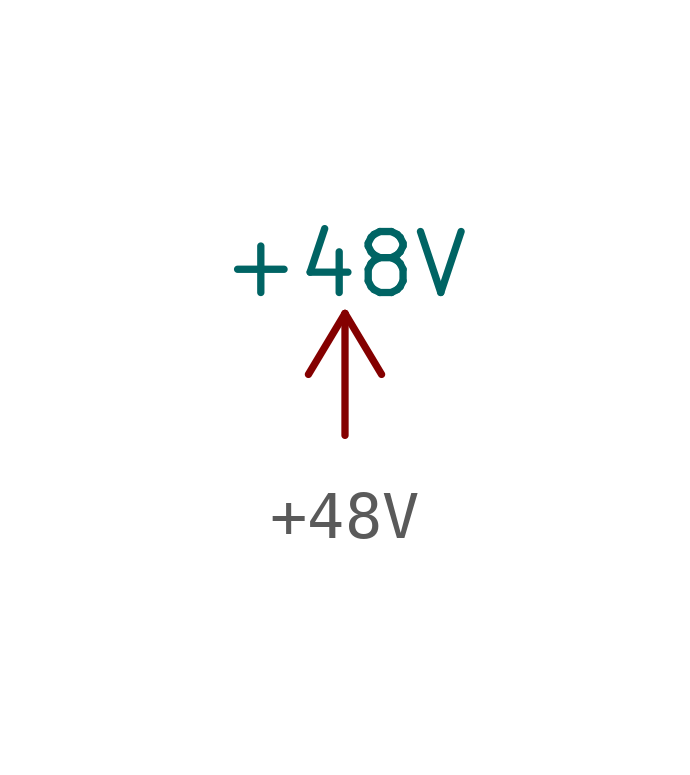
<source format=kicad_sym>
(kicad_symbol_lib
  (version 20201005)
  (generator kicad_symbol_editor)
  (symbol "+48V"
    (power)
    (pin_names
      (offset 0))
    (property "Reference" "#PWR"
      (at 0 -3.81 0)
      (effects (font (size 1.27 1.27)) hide))
    (property "Value" "+48V"
      (at 0 3.556 0)
      (effects (font (size 1.27 1.27))))
    (symbol "+48V_0_1"
      (polyline (pts (xy -0.762 1.27) (xy 0 2.54)) (stroke (width 0)) (fill (type none)))
      (polyline (pts (xy 0 0) (xy 0 2.54)) (stroke (width 0)) (fill (type none)))
      (polyline (pts (xy 0 2.54) (xy 0.762 1.27)) (stroke (width 0)) (fill (type none))))
    (symbol "+48V_1_1"
      (pin power_in line (at 0 0 90) (length 0) hide (name "+48V" (effects (font (size 1.27 1.27)))) (number "1" (effects (font (size 1.27 1.27))))))))
</source>
